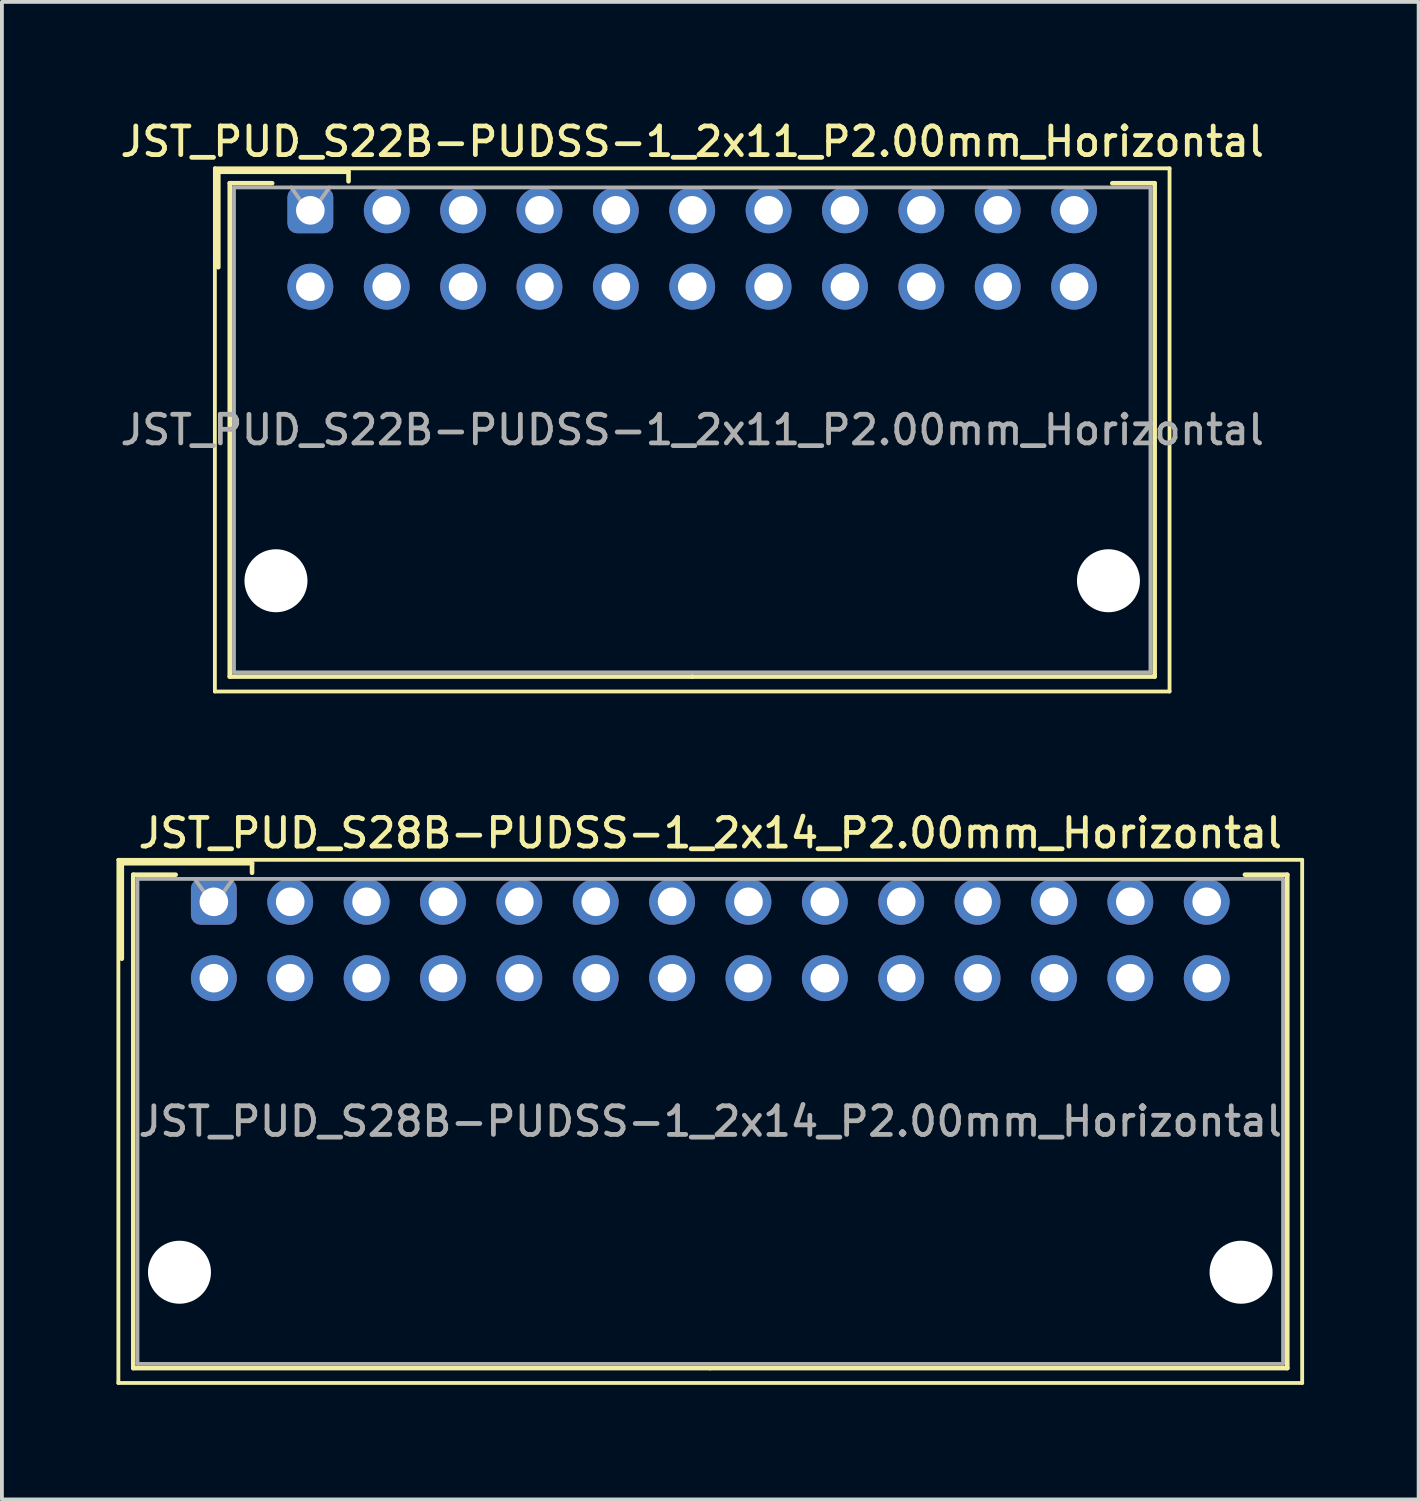
<source format=kicad_pcb>
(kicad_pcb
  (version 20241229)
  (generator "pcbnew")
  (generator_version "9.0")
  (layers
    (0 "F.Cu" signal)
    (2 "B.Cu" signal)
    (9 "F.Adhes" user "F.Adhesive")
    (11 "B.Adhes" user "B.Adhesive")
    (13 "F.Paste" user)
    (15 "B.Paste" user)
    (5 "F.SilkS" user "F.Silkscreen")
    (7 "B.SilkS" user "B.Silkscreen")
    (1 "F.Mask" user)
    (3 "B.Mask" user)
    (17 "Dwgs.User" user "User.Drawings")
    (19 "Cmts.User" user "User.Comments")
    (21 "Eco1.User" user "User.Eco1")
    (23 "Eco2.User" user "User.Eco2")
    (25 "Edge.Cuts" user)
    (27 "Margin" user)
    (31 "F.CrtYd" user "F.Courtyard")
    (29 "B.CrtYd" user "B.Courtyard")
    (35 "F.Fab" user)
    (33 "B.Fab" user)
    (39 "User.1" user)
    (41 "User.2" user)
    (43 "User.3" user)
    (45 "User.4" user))
  (footprint "JST_PUD_S22B-PUDSS-1_2x11_P2.00mm_Horizontal"
    (layer "F.Cu")
    (at 5.077 2.458)
    (property "Reference" "JST_PUD_S22B-PUDSS-1_2x11_P2.00mm_Horizontal" (at 10 -1.8 0) (layer "F.SilkS") (effects (font (size 0.75 0.75) (thickness 0.125))))
    (attr through_hole)
    (fp_line (start -2.5 -1.1) (end -2.5 12.6) (stroke (width 0.1) (type solid)) (layer "F.SilkS"))
    (fp_line (start -2.5 12.6) (end 22.5 12.6) (stroke (width 0.1) (type solid)) (layer "F.SilkS"))
    (fp_line (start -2.41 -1.01) (end -2.41 1.49) (stroke (width 0.12) (type solid)) (layer "F.SilkS"))
    (fp_line (start -2.11 -0.71) (end -2.11 12.21) (stroke (width 0.12) (type solid)) (layer "F.SilkS"))
    (fp_line (start -2.11 12.21) (end 10 12.21) (stroke (width 0.12) (type solid)) (layer "F.SilkS"))
    (fp_line (start -1 -0.71) (end -2.11 -0.71) (stroke (width 0.12) (type solid)) (layer "F.SilkS"))
    (fp_line (start 1 -1.01) (end -2.41 -1.01) (stroke (width 0.12) (type solid)) (layer "F.SilkS"))
    (fp_line (start 1 -0.76) (end 1 -1.01) (stroke (width 0.12) (type solid)) (layer "F.SilkS"))
    (fp_line (start 21 -0.71) (end 22.11 -0.71) (stroke (width 0.12) (type solid)) (layer "F.SilkS"))
    (fp_line (start 22.11 -0.71) (end 22.11 12.21) (stroke (width 0.12) (type solid)) (layer "F.SilkS"))
    (fp_line (start 22.11 12.21) (end 10 12.21) (stroke (width 0.12) (type solid)) (layer "F.SilkS"))
    (fp_line (start 22.5 -1.1) (end -2.5 -1.1) (stroke (width 0.1) (type solid)) (layer "F.SilkS"))
    (fp_line (start 22.5 12.6) (end 22.5 -1.1) (stroke (width 0.1) (type solid)) (layer "F.SilkS"))
    (fp_line (start -2 -0.6) (end -2 12.1) (stroke (width 0.1) (type solid)) (layer "F.Fab"))
    (fp_line (start -2 12.1) (end 22 12.1) (stroke (width 0.1) (type solid)) (layer "F.Fab"))
    (fp_line (start 0 0.107) (end -0.5 -0.6) (stroke (width 0.1) (type solid)) (layer "F.Fab"))
    (fp_line (start 0.5 -0.6) (end 0 0.107) (stroke (width 0.1) (type solid)) (layer "F.Fab"))
    (fp_line (start 22 -0.6) (end -2 -0.6) (stroke (width 0.1) (type solid)) (layer "F.Fab"))
    (fp_line (start 22 12.1) (end 22 -0.6) (stroke (width 0.1) (type solid)) (layer "F.Fab"))
    (fp_text user "${REFERENCE}" (at 10 5.75 0) (layer "F.Fab") (effects (font (size 0.75 0.75) (thickness 0.125))))
    (pad "" np_thru_hole circle (at -0.9 9.7) (size 1.65 1.65) (drill 1.65) (layers "*.Cu" "*.Mask"))
    (pad "" np_thru_hole circle (at 20.9 9.7) (size 1.65 1.65) (drill 1.65) (layers "*.Cu" "*.Mask"))
    (pad "1" thru_hole roundrect (at 0 0) (size 1.2 1.2) (drill 0.75) (layers "*.Cu" "*.Mask") (roundrect_rratio 0.208))
    (pad "2" thru_hole circle (at 0 2) (size 1.2 1.2) (drill 0.75) (layers "*.Cu" "*.Mask"))
    (pad "3" thru_hole circle (at 2 0) (size 1.2 1.2) (drill 0.75) (layers "*.Cu" "*.Mask"))
    (pad "4" thru_hole circle (at 2 2) (size 1.2 1.2) (drill 0.75) (layers "*.Cu" "*.Mask"))
    (pad "5" thru_hole circle (at 4 0) (size 1.2 1.2) (drill 0.75) (layers "*.Cu" "*.Mask"))
    (pad "6" thru_hole circle (at 4 2) (size 1.2 1.2) (drill 0.75) (layers "*.Cu" "*.Mask"))
    (pad "7" thru_hole circle (at 6 0) (size 1.2 1.2) (drill 0.75) (layers "*.Cu" "*.Mask"))
    (pad "8" thru_hole circle (at 6 2) (size 1.2 1.2) (drill 0.75) (layers "*.Cu" "*.Mask"))
    (pad "9" thru_hole circle (at 8 0) (size 1.2 1.2) (drill 0.75) (layers "*.Cu" "*.Mask"))
    (pad "10" thru_hole circle (at 8 2) (size 1.2 1.2) (drill 0.75) (layers "*.Cu" "*.Mask"))
    (pad "11" thru_hole circle (at 10 0) (size 1.2 1.2) (drill 0.75) (layers "*.Cu" "*.Mask"))
    (pad "12" thru_hole circle (at 10 2) (size 1.2 1.2) (drill 0.75) (layers "*.Cu" "*.Mask"))
    (pad "13" thru_hole circle (at 12 0) (size 1.2 1.2) (drill 0.75) (layers "*.Cu" "*.Mask"))
    (pad "14" thru_hole circle (at 12 2) (size 1.2 1.2) (drill 0.75) (layers "*.Cu" "*.Mask"))
    (pad "15" thru_hole circle (at 14 0) (size 1.2 1.2) (drill 0.75) (layers "*.Cu" "*.Mask"))
    (pad "16" thru_hole circle (at 14 2) (size 1.2 1.2) (drill 0.75) (layers "*.Cu" "*.Mask"))
    (pad "17" thru_hole circle (at 16 0) (size 1.2 1.2) (drill 0.75) (layers "*.Cu" "*.Mask"))
    (pad "18" thru_hole circle (at 16 2) (size 1.2 1.2) (drill 0.75) (layers "*.Cu" "*.Mask"))
    (pad "19" thru_hole circle (at 18 0) (size 1.2 1.2) (drill 0.75) (layers "*.Cu" "*.Mask"))
    (pad "20" thru_hole circle (at 18 2) (size 1.2 1.2) (drill 0.75) (layers "*.Cu" "*.Mask"))
    (pad "21" thru_hole circle (at 20 0) (size 1.2 1.2) (drill 0.75) (layers "*.Cu" "*.Mask"))
    (pad "22" thru_hole circle (at 20 2) (size 1.2 1.2) (drill 0.75) (layers "*.Cu" "*.Mask")))
  (footprint "JST_PUD_S28B-PUDSS-1_2x14_P2.00mm_Horizontal"
    (layer "F.Cu")
    (at 2.55 20.566)
    (property "Reference" "JST_PUD_S28B-PUDSS-1_2x14_P2.00mm_Horizontal" (at 13 -1.8 0) (layer "F.SilkS") (effects (font (size 0.75 0.75) (thickness 0.125))))
    (attr through_hole)
    (fp_line (start -2.5 -1.1) (end -2.5 12.6) (stroke (width 0.1) (type solid)) (layer "F.SilkS"))
    (fp_line (start -2.5 12.6) (end 28.5 12.6) (stroke (width 0.1) (type solid)) (layer "F.SilkS"))
    (fp_line (start -2.41 -1.01) (end -2.41 1.49) (stroke (width 0.12) (type solid)) (layer "F.SilkS"))
    (fp_line (start -2.11 -0.71) (end -2.11 12.21) (stroke (width 0.12) (type solid)) (layer "F.SilkS"))
    (fp_line (start -2.11 12.21) (end 13 12.21) (stroke (width 0.12) (type solid)) (layer "F.SilkS"))
    (fp_line (start -1 -0.71) (end -2.11 -0.71) (stroke (width 0.12) (type solid)) (layer "F.SilkS"))
    (fp_line (start 1 -1.01) (end -2.41 -1.01) (stroke (width 0.12) (type solid)) (layer "F.SilkS"))
    (fp_line (start 1 -0.76) (end 1 -1.01) (stroke (width 0.12) (type solid)) (layer "F.SilkS"))
    (fp_line (start 27 -0.71) (end 28.11 -0.71) (stroke (width 0.12) (type solid)) (layer "F.SilkS"))
    (fp_line (start 28.11 -0.71) (end 28.11 12.21) (stroke (width 0.12) (type solid)) (layer "F.SilkS"))
    (fp_line (start 28.11 12.21) (end 13 12.21) (stroke (width 0.12) (type solid)) (layer "F.SilkS"))
    (fp_line (start 28.5 -1.1) (end -2.5 -1.1) (stroke (width 0.1) (type solid)) (layer "F.SilkS"))
    (fp_line (start 28.5 12.6) (end 28.5 -1.1) (stroke (width 0.1) (type solid)) (layer "F.SilkS"))
    (fp_line (start -2 -0.6) (end -2 12.1) (stroke (width 0.1) (type solid)) (layer "F.Fab"))
    (fp_line (start -2 12.1) (end 28 12.1) (stroke (width 0.1) (type solid)) (layer "F.Fab"))
    (fp_line (start 0 0.107) (end -0.5 -0.6) (stroke (width 0.1) (type solid)) (layer "F.Fab"))
    (fp_line (start 0.5 -0.6) (end 0 0.107) (stroke (width 0.1) (type solid)) (layer "F.Fab"))
    (fp_line (start 28 -0.6) (end -2 -0.6) (stroke (width 0.1) (type solid)) (layer "F.Fab"))
    (fp_line (start 28 12.1) (end 28 -0.6) (stroke (width 0.1) (type solid)) (layer "F.Fab"))
    (fp_text user "${REFERENCE}" (at 13 5.75 0) (layer "F.Fab") (effects (font (size 0.75 0.75) (thickness 0.125))))
    (pad "" np_thru_hole circle (at -0.9 9.7) (size 1.65 1.65) (drill 1.65) (layers "*.Cu" "*.Mask"))
    (pad "" np_thru_hole circle (at 26.9 9.7) (size 1.65 1.65) (drill 1.65) (layers "*.Cu" "*.Mask"))
    (pad "1" thru_hole roundrect (at 0 0) (size 1.2 1.2) (drill 0.75) (layers "*.Cu" "*.Mask") (roundrect_rratio 0.208))
    (pad "2" thru_hole circle (at 0 2) (size 1.2 1.2) (drill 0.75) (layers "*.Cu" "*.Mask"))
    (pad "3" thru_hole circle (at 2 0) (size 1.2 1.2) (drill 0.75) (layers "*.Cu" "*.Mask"))
    (pad "4" thru_hole circle (at 2 2) (size 1.2 1.2) (drill 0.75) (layers "*.Cu" "*.Mask"))
    (pad "5" thru_hole circle (at 4 0) (size 1.2 1.2) (drill 0.75) (layers "*.Cu" "*.Mask"))
    (pad "6" thru_hole circle (at 4 2) (size 1.2 1.2) (drill 0.75) (layers "*.Cu" "*.Mask"))
    (pad "7" thru_hole circle (at 6 0) (size 1.2 1.2) (drill 0.75) (layers "*.Cu" "*.Mask"))
    (pad "8" thru_hole circle (at 6 2) (size 1.2 1.2) (drill 0.75) (layers "*.Cu" "*.Mask"))
    (pad "9" thru_hole circle (at 8 0) (size 1.2 1.2) (drill 0.75) (layers "*.Cu" "*.Mask"))
    (pad "10" thru_hole circle (at 8 2) (size 1.2 1.2) (drill 0.75) (layers "*.Cu" "*.Mask"))
    (pad "11" thru_hole circle (at 10 0) (size 1.2 1.2) (drill 0.75) (layers "*.Cu" "*.Mask"))
    (pad "12" thru_hole circle (at 10 2) (size 1.2 1.2) (drill 0.75) (layers "*.Cu" "*.Mask"))
    (pad "13" thru_hole circle (at 12 0) (size 1.2 1.2) (drill 0.75) (layers "*.Cu" "*.Mask"))
    (pad "14" thru_hole circle (at 12 2) (size 1.2 1.2) (drill 0.75) (layers "*.Cu" "*.Mask"))
    (pad "15" thru_hole circle (at 14 0) (size 1.2 1.2) (drill 0.75) (layers "*.Cu" "*.Mask"))
    (pad "16" thru_hole circle (at 14 2) (size 1.2 1.2) (drill 0.75) (layers "*.Cu" "*.Mask"))
    (pad "17" thru_hole circle (at 16 0) (size 1.2 1.2) (drill 0.75) (layers "*.Cu" "*.Mask"))
    (pad "18" thru_hole circle (at 16 2) (size 1.2 1.2) (drill 0.75) (layers "*.Cu" "*.Mask"))
    (pad "19" thru_hole circle (at 18 0) (size 1.2 1.2) (drill 0.75) (layers "*.Cu" "*.Mask"))
    (pad "20" thru_hole circle (at 18 2) (size 1.2 1.2) (drill 0.75) (layers "*.Cu" "*.Mask"))
    (pad "21" thru_hole circle (at 20 0) (size 1.2 1.2) (drill 0.75) (layers "*.Cu" "*.Mask"))
    (pad "22" thru_hole circle (at 20 2) (size 1.2 1.2) (drill 0.75) (layers "*.Cu" "*.Mask"))
    (pad "23" thru_hole circle (at 22 0) (size 1.2 1.2) (drill 0.75) (layers "*.Cu" "*.Mask"))
    (pad "24" thru_hole circle (at 22 2) (size 1.2 1.2) (drill 0.75) (layers "*.Cu" "*.Mask"))
    (pad "25" thru_hole circle (at 24 0) (size 1.2 1.2) (drill 0.75) (layers "*.Cu" "*.Mask"))
    (pad "26" thru_hole circle (at 24 2) (size 1.2 1.2) (drill 0.75) (layers "*.Cu" "*.Mask"))
    (pad "27" thru_hole circle (at 26 0) (size 1.2 1.2) (drill 0.75) (layers "*.Cu" "*.Mask"))
    (pad "28" thru_hole circle (at 26 2) (size 1.2 1.2) (drill 0.75) (layers "*.Cu" "*.Mask")))
  (gr_rect
    (start -3 -3)
    (end 34.1 36.216)
    (stroke (width 0.1) (type default))
    (fill no)
    (layer "Edge.Cuts")))
</source>
